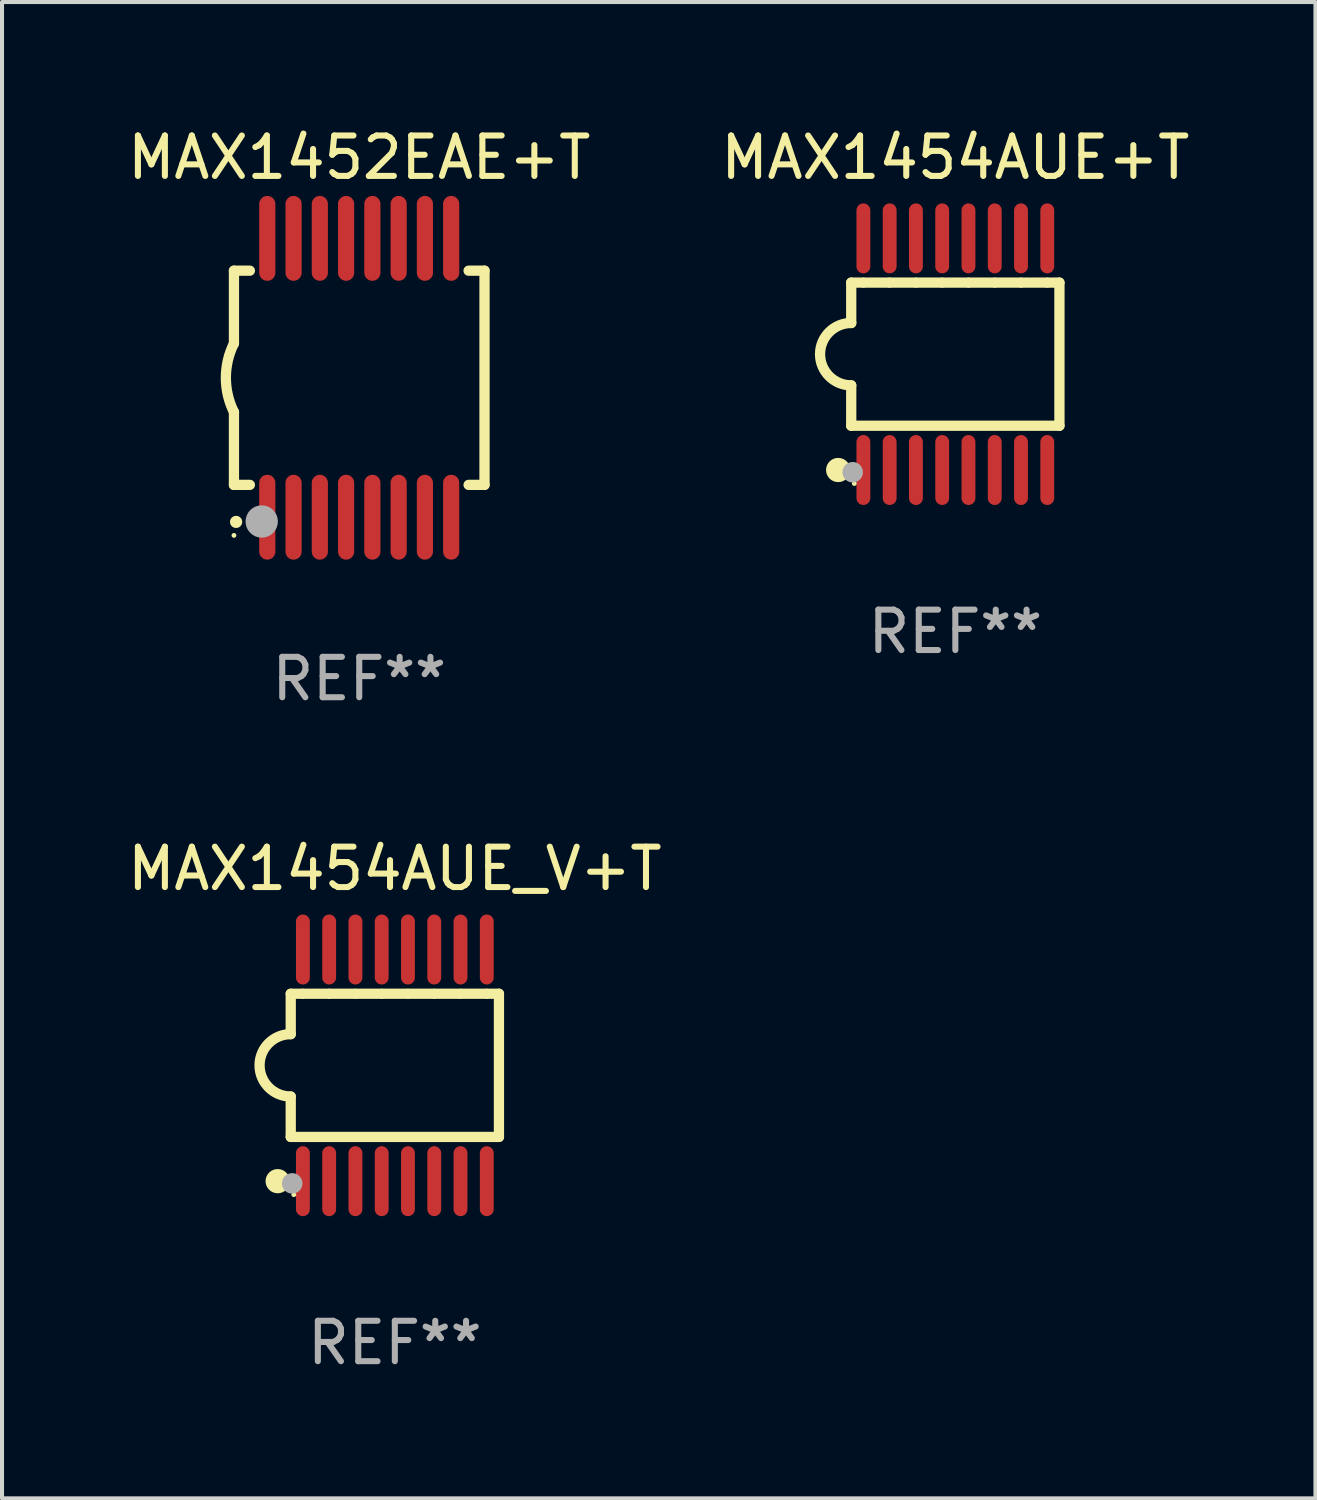
<source format=kicad_pcb>
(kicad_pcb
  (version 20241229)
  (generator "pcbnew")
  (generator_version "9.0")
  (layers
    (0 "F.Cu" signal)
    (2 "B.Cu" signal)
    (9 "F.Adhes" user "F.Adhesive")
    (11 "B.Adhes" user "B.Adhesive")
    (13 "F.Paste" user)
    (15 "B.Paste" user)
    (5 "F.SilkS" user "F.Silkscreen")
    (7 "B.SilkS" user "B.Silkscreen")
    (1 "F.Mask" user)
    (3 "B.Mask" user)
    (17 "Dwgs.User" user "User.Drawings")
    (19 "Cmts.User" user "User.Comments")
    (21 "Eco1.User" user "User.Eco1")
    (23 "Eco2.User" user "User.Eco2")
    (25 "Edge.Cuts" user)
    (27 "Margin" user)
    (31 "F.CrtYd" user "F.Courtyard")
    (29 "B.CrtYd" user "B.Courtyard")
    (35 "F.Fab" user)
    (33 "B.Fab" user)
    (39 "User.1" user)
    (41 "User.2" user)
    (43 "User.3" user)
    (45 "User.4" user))
  (footprint "MAX1454AUE_V+T"
    (layer "F.Cu")
    (at 6.72 23.311)
    (property "Reference" "MAX1454AUE_V+T" (at 0 -4.866 0) (layer "F.SilkS") (effects (font (size 1 1) (thickness 0.15))))
    (attr through_hole)
    (fp_line (start -2.576 -1.771) (end -2.576 -0.771) (stroke (width 0.254) (type solid)) (layer "F.SilkS"))
    (fp_line (start -2.576 -1.771) (end -2.289 -1.771) (stroke (width 0.254) (type solid)) (layer "F.SilkS"))
    (fp_line (start -2.576 1.771) (end -2.576 0.771) (stroke (width 0.254) (type solid)) (layer "F.SilkS"))
    (fp_line (start -2.261 -1.771) (end -1.639 -1.771) (stroke (width 0.254) (type solid)) (layer "F.SilkS"))
    (fp_line (start -1.612 -1.771) (end -0.989 -1.771) (stroke (width 0.254) (type solid)) (layer "F.SilkS"))
    (fp_line (start -0.962 -1.771) (end -0.338 -1.771) (stroke (width 0.254) (type solid)) (layer "F.SilkS"))
    (fp_line (start -0.311 -1.771) (end 0.312 -1.771) (stroke (width 0.254) (type solid)) (layer "F.SilkS"))
    (fp_line (start 0.339 -1.771) (end 0.962 -1.771) (stroke (width 0.254) (type solid)) (layer "F.SilkS"))
    (fp_line (start 0.989 -1.771) (end 1.612 -1.771) (stroke (width 0.254) (type solid)) (layer "F.SilkS"))
    (fp_line (start 1.639 -1.771) (end 2.261 -1.771) (stroke (width 0.254) (type solid)) (layer "F.SilkS"))
    (fp_line (start 2.289 -1.771) (end 2.576 -1.771) (stroke (width 0.254) (type solid)) (layer "F.SilkS"))
    (fp_line (start 2.576 -1.771) (end 2.576 1.771) (stroke (width 0.254) (type solid)) (layer "F.SilkS"))
    (fp_line (start 2.576 1.771) (end -2.576 1.771) (stroke (width 0.254) (type solid)) (layer "F.SilkS"))
    (fp_arc (start -2.576226 0.7714) (mid -3.346889 -0.000648) (end -2.575311 -0.771781) (stroke (width 0.254001) (type solid)) (layer "F.SilkS"))
    (fp_circle (center -2.899 2.866) (end -2.749 2.866) (stroke (width 0.3) (type solid)) (fill no) (layer "F.SilkS"))
    (fp_circle (center -2.5 3.2) (end -2.47 3.2) (stroke (width 0.06) (type solid)) (fill no) (layer "F.SilkS"))
    (fp_circle (center -2.54 2.921) (end -2.413 2.921) (stroke (width 0.254) (type solid)) (fill no) (layer "F.Fab"))
    (fp_text user "REF**" (at 0 6.866 0) (layer "F.Fab") (effects (font (size 1 1) (thickness 0.15))))
    (pad "1" smd oval (at -2.275 2.866) (size 0.343 1.731) (layers "F.Cu" "F.Mask" "F.Paste"))
    (pad "2" smd oval (at -1.625 2.866) (size 0.343 1.731) (layers "F.Cu" "F.Mask" "F.Paste"))
    (pad "3" smd oval (at -0.975 2.866) (size 0.343 1.731) (layers "F.Cu" "F.Mask" "F.Paste"))
    (pad "4" smd oval (at -0.325 2.866) (size 0.343 1.731) (layers "F.Cu" "F.Mask" "F.Paste"))
    (pad "5" smd oval (at 0.325 2.866) (size 0.343 1.731) (layers "F.Cu" "F.Mask" "F.Paste"))
    (pad "6" smd oval (at 0.975 2.866) (size 0.343 1.731) (layers "F.Cu" "F.Mask" "F.Paste"))
    (pad "7" smd oval (at 1.625 2.866) (size 0.343 1.731) (layers "F.Cu" "F.Mask" "F.Paste"))
    (pad "8" smd oval (at 2.275 2.866) (size 0.343 1.731) (layers "F.Cu" "F.Mask" "F.Paste"))
    (pad "9" smd oval (at 2.275 -2.866) (size 0.343 1.731) (layers "F.Cu" "F.Mask" "F.Paste"))
    (pad "10" smd oval (at 1.625 -2.866) (size 0.343 1.731) (layers "F.Cu" "F.Mask" "F.Paste"))
    (pad "11" smd oval (at 0.975 -2.866) (size 0.343 1.731) (layers "F.Cu" "F.Mask" "F.Paste"))
    (pad "12" smd oval (at 0.325 -2.866) (size 0.343 1.731) (layers "F.Cu" "F.Mask" "F.Paste"))
    (pad "13" smd oval (at -0.325 -2.866) (size 0.343 1.731) (layers "F.Cu" "F.Mask" "F.Paste"))
    (pad "14" smd oval (at -0.975 -2.866) (size 0.343 1.731) (layers "F.Cu" "F.Mask" "F.Paste"))
    (pad "15" smd oval (at -1.625 -2.866) (size 0.343 1.731) (layers "F.Cu" "F.Mask" "F.Paste"))
    (pad "16" smd oval (at -2.275 -2.866) (size 0.343 1.731) (layers "F.Cu" "F.Mask" "F.Paste")))
  (footprint "MAX1452EAE+T"
    (layer "F.Cu")
    (at 5.839 6.298)
    (property "Reference" "MAX1452EAE+T" (at 0 -5.45 0) (layer "F.SilkS") (effects (font (size 1 1) (thickness 0.15))))
    (attr through_hole)
    (fp_line (start -3.1 -2.65) (end -3.1 -0.85) (stroke (width 0.254) (type solid)) (layer "F.SilkS"))
    (fp_line (start -3.1 -2.65) (end -2.706 -2.65) (stroke (width 0.254) (type solid)) (layer "F.SilkS"))
    (fp_line (start -3.1 2.65) (end -3.1 0.85) (stroke (width 0.254) (type solid)) (layer "F.SilkS"))
    (fp_line (start -3.1 2.65) (end -2.706 2.65) (stroke (width 0.254) (type solid)) (layer "F.SilkS"))
    (fp_line (start 2.706 -2.65) (end 3.1 -2.65) (stroke (width 0.254) (type solid)) (layer "F.SilkS"))
    (fp_line (start 2.706 2.65) (end 3.1 2.65) (stroke (width 0.254) (type solid)) (layer "F.SilkS"))
    (fp_line (start 3.1 -2.65) (end 3.1 2.65) (stroke (width 0.254) (type solid)) (layer "F.SilkS"))
    (fp_arc (start -3.098907 0.850902) (mid -3.300057 0.000523) (end -3.1 -0.850114) (stroke (width 0.254001) (type solid)) (layer "F.SilkS"))
    (fp_arc (start -3.048006 3.566066) (mid -3.046736 3.566061) (end -3.045466 3.566066) (stroke (width 0.3) (type solid)) (layer "F.SilkS"))
    (fp_circle (center -3.1 3.9) (end -3.07 3.9) (stroke (width 0.06) (type solid)) (fill no) (layer "F.SilkS"))
    (fp_circle (center -2.413 3.556) (end -2.213 3.556) (stroke (width 0.4) (type solid)) (fill no) (layer "F.Fab"))
    (fp_text user "REF**" (at 0 7.45 0) (layer "F.Fab") (effects (font (size 1 1) (thickness 0.15))))
    (pad "1" smd oval (at -2.275 3.45 180) (size 0.4 2.1) (layers "F.Cu" "F.Mask" "F.Paste"))
    (pad "2" smd oval (at -1.625 3.45 180) (size 0.4 2.1) (layers "F.Cu" "F.Mask" "F.Paste"))
    (pad "3" smd oval (at -0.975 3.45 180) (size 0.4 2.1) (layers "F.Cu" "F.Mask" "F.Paste"))
    (pad "4" smd oval (at -0.325 3.45 180) (size 0.4 2.1) (layers "F.Cu" "F.Mask" "F.Paste"))
    (pad "5" smd oval (at 0.325 3.45 180) (size 0.4 2.1) (layers "F.Cu" "F.Mask" "F.Paste"))
    (pad "6" smd oval (at 0.975 3.45 180) (size 0.4 2.1) (layers "F.Cu" "F.Mask" "F.Paste"))
    (pad "7" smd oval (at 1.625 3.45 180) (size 0.4 2.1) (layers "F.Cu" "F.Mask" "F.Paste"))
    (pad "8" smd oval (at 2.275 3.45 180) (size 0.4 2.1) (layers "F.Cu" "F.Mask" "F.Paste"))
    (pad "9" smd oval (at 2.275 -3.45 180) (size 0.4 2.1) (layers "F.Cu" "F.Mask" "F.Paste"))
    (pad "10" smd oval (at 1.625 -3.45 180) (size 0.4 2.1) (layers "F.Cu" "F.Mask" "F.Paste"))
    (pad "11" smd oval (at 0.975 -3.45 180) (size 0.4 2.1) (layers "F.Cu" "F.Mask" "F.Paste"))
    (pad "12" smd oval (at 0.325 -3.45 180) (size 0.4 2.1) (layers "F.Cu" "F.Mask" "F.Paste"))
    (pad "13" smd oval (at -0.325 -3.45 180) (size 0.4 2.1) (layers "F.Cu" "F.Mask" "F.Paste"))
    (pad "14" smd oval (at -0.975 -3.45 180) (size 0.4 2.1) (layers "F.Cu" "F.Mask" "F.Paste"))
    (pad "15" smd oval (at -1.625 -3.45 180) (size 0.4 2.1) (layers "F.Cu" "F.Mask" "F.Paste"))
    (pad "16" smd oval (at -2.275 -3.45 180) (size 0.4 2.1) (layers "F.Cu" "F.Mask" "F.Paste")))
  (footprint "MAX1454AUE+T"
    (layer "F.Cu")
    (at 20.589 5.714)
    (property "Reference" "MAX1454AUE+T" (at 0 -4.866 0) (layer "F.SilkS") (effects (font (size 1 1) (thickness 0.15))))
    (attr through_hole)
    (fp_line (start -2.576 -1.771) (end -2.576 -0.771) (stroke (width 0.254) (type solid)) (layer "F.SilkS"))
    (fp_line (start -2.576 -1.771) (end -2.289 -1.771) (stroke (width 0.254) (type solid)) (layer "F.SilkS"))
    (fp_line (start -2.576 1.771) (end -2.576 0.771) (stroke (width 0.254) (type solid)) (layer "F.SilkS"))
    (fp_line (start -2.261 -1.771) (end -1.639 -1.771) (stroke (width 0.254) (type solid)) (layer "F.SilkS"))
    (fp_line (start -1.612 -1.771) (end -0.989 -1.771) (stroke (width 0.254) (type solid)) (layer "F.SilkS"))
    (fp_line (start -0.962 -1.771) (end -0.338 -1.771) (stroke (width 0.254) (type solid)) (layer "F.SilkS"))
    (fp_line (start -0.311 -1.771) (end 0.312 -1.771) (stroke (width 0.254) (type solid)) (layer "F.SilkS"))
    (fp_line (start 0.339 -1.771) (end 0.962 -1.771) (stroke (width 0.254) (type solid)) (layer "F.SilkS"))
    (fp_line (start 0.989 -1.771) (end 1.612 -1.771) (stroke (width 0.254) (type solid)) (layer "F.SilkS"))
    (fp_line (start 1.639 -1.771) (end 2.261 -1.771) (stroke (width 0.254) (type solid)) (layer "F.SilkS"))
    (fp_line (start 2.289 -1.771) (end 2.576 -1.771) (stroke (width 0.254) (type solid)) (layer "F.SilkS"))
    (fp_line (start 2.576 -1.771) (end 2.576 1.771) (stroke (width 0.254) (type solid)) (layer "F.SilkS"))
    (fp_line (start 2.576 1.771) (end -2.576 1.771) (stroke (width 0.254) (type solid)) (layer "F.SilkS"))
    (fp_arc (start -2.576226 0.7714) (mid -3.346889 -0.000648) (end -2.575311 -0.771781) (stroke (width 0.254001) (type solid)) (layer "F.SilkS"))
    (fp_circle (center -2.899 2.866) (end -2.749 2.866) (stroke (width 0.3) (type solid)) (fill no) (layer "F.SilkS"))
    (fp_circle (center -2.5 3.2) (end -2.47 3.2) (stroke (width 0.06) (type solid)) (fill no) (layer "F.SilkS"))
    (fp_circle (center -2.54 2.921) (end -2.413 2.921) (stroke (width 0.254) (type solid)) (fill no) (layer "F.Fab"))
    (fp_text user "REF**" (at 0 6.866 0) (layer "F.Fab") (effects (font (size 1 1) (thickness 0.15))))
    (pad "1" smd oval (at -2.275 2.866) (size 0.343 1.731) (layers "F.Cu" "F.Mask" "F.Paste"))
    (pad "2" smd oval (at -1.625 2.866) (size 0.343 1.731) (layers "F.Cu" "F.Mask" "F.Paste"))
    (pad "3" smd oval (at -0.975 2.866) (size 0.343 1.731) (layers "F.Cu" "F.Mask" "F.Paste"))
    (pad "4" smd oval (at -0.325 2.866) (size 0.343 1.731) (layers "F.Cu" "F.Mask" "F.Paste"))
    (pad "5" smd oval (at 0.325 2.866) (size 0.343 1.731) (layers "F.Cu" "F.Mask" "F.Paste"))
    (pad "6" smd oval (at 0.975 2.866) (size 0.343 1.731) (layers "F.Cu" "F.Mask" "F.Paste"))
    (pad "7" smd oval (at 1.625 2.866) (size 0.343 1.731) (layers "F.Cu" "F.Mask" "F.Paste"))
    (pad "8" smd oval (at 2.275 2.866) (size 0.343 1.731) (layers "F.Cu" "F.Mask" "F.Paste"))
    (pad "9" smd oval (at 2.275 -2.866) (size 0.343 1.731) (layers "F.Cu" "F.Mask" "F.Paste"))
    (pad "10" smd oval (at 1.625 -2.866) (size 0.343 1.731) (layers "F.Cu" "F.Mask" "F.Paste"))
    (pad "11" smd oval (at 0.975 -2.866) (size 0.343 1.731) (layers "F.Cu" "F.Mask" "F.Paste"))
    (pad "12" smd oval (at 0.325 -2.866) (size 0.343 1.731) (layers "F.Cu" "F.Mask" "F.Paste"))
    (pad "13" smd oval (at -0.325 -2.866) (size 0.343 1.731) (layers "F.Cu" "F.Mask" "F.Paste"))
    (pad "14" smd oval (at -0.975 -2.866) (size 0.343 1.731) (layers "F.Cu" "F.Mask" "F.Paste"))
    (pad "15" smd oval (at -1.625 -2.866) (size 0.343 1.731) (layers "F.Cu" "F.Mask" "F.Paste"))
    (pad "16" smd oval (at -2.275 -2.866) (size 0.343 1.731) (layers "F.Cu" "F.Mask" "F.Paste")))
  (gr_rect
    (start -3 -3)
    (end 29.5 34.025)
    (stroke (width 0.1) (type default))
    (fill no)
    (layer "Edge.Cuts")))
</source>
